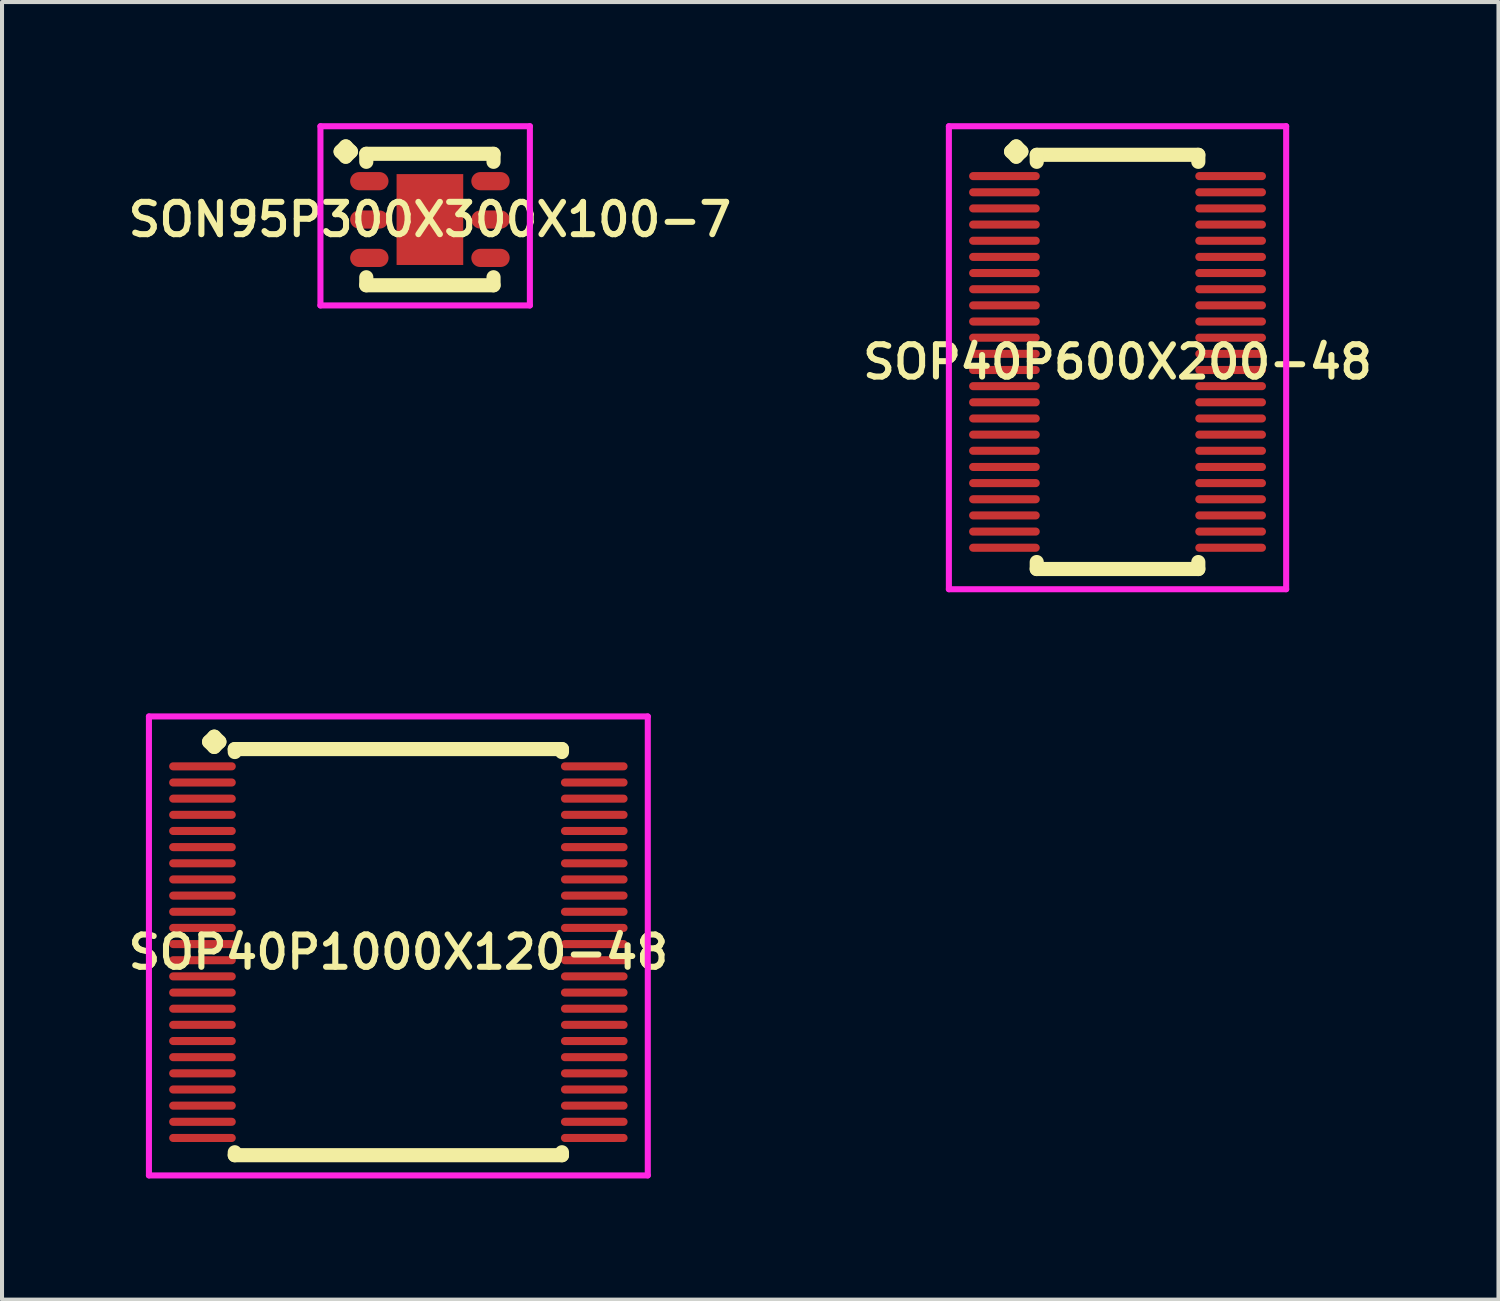
<source format=kicad_pcb>
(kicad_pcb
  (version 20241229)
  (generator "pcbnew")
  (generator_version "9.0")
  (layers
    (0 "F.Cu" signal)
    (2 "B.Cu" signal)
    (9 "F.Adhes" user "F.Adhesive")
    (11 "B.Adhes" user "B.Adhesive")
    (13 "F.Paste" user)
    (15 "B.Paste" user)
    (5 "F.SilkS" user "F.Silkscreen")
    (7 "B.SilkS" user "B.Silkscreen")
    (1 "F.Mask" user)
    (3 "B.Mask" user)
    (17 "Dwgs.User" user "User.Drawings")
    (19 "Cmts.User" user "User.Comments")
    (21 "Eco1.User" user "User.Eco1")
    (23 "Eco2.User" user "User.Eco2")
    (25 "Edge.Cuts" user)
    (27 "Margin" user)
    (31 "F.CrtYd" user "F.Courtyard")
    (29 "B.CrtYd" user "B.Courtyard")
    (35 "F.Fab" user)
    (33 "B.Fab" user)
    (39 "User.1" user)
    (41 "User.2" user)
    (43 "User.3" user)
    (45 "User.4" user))
  (footprint "SOP40P600X200-48"
    (layer "F.Cu")
    (at 24.616 5.91)
    (property "Reference" "SOP40P600X200-48" (at 0 0 0) (layer "F.SilkS") (effects (font (size 0.8 0.8) (thickness 0.15))))
    (attr smd)
    (fp_line (start -2.635 -5.208) (end -2.508 -5.335) (stroke (width 0.35) (type solid)) (layer "F.SilkS"))
    (fp_line (start -2.508 -5.335) (end -2.381 -5.208) (stroke (width 0.35) (type solid)) (layer "F.SilkS"))
    (fp_line (start -2.508 -5.081) (end -2.635 -5.208) (stroke (width 0.35) (type solid)) (layer "F.SilkS"))
    (fp_line (start -2.381 -5.208) (end -2.508 -5.081) (stroke (width 0.35) (type solid)) (layer "F.SilkS"))
    (fp_line (start -2 -5.127) (end 2 -5.127) (stroke (width 0.35) (type solid)) (layer "F.SilkS"))
    (fp_line (start -2 -4.954) (end -2 -5.127) (stroke (width 0.35) (type solid)) (layer "F.SilkS"))
    (fp_line (start -2 4.954) (end -2 5.127) (stroke (width 0.35) (type solid)) (layer "F.SilkS"))
    (fp_line (start -2 5.127) (end 2 5.127) (stroke (width 0.35) (type solid)) (layer "F.SilkS"))
    (fp_line (start 2 -5.127) (end 2 -4.954) (stroke (width 0.35) (type solid)) (layer "F.SilkS"))
    (fp_line (start 2 5.127) (end 2 4.954) (stroke (width 0.35) (type solid)) (layer "F.SilkS"))
    (fp_line (start -4.175 -5.835) (end 4.175 -5.835) (stroke (width 0.15) (type solid)) (layer "F.CrtYd"))
    (fp_line (start -4.175 5.627) (end -4.175 -5.835) (stroke (width 0.15) (type solid)) (layer "F.CrtYd"))
    (fp_line (start 4.175 -5.835) (end 4.175 5.627) (stroke (width 0.15) (type solid)) (layer "F.CrtYd"))
    (fp_line (start 4.175 5.627) (end -4.175 5.627) (stroke (width 0.15) (type solid)) (layer "F.CrtYd"))
    (pad "1" smd oval (at -2.8 -4.6) (size 1.75 0.2) (layers "F.Cu" "F.Mask" "F.Paste"))
    (pad "2" smd oval (at -2.8 -4.2) (size 1.75 0.2) (layers "F.Cu" "F.Mask" "F.Paste"))
    (pad "3" smd oval (at -2.8 -3.8) (size 1.75 0.2) (layers "F.Cu" "F.Mask" "F.Paste"))
    (pad "4" smd oval (at -2.8 -3.4) (size 1.75 0.2) (layers "F.Cu" "F.Mask" "F.Paste"))
    (pad "5" smd oval (at -2.8 -3) (size 1.75 0.2) (layers "F.Cu" "F.Mask" "F.Paste"))
    (pad "6" smd oval (at -2.8 -2.6) (size 1.75 0.2) (layers "F.Cu" "F.Mask" "F.Paste"))
    (pad "7" smd oval (at -2.8 -2.2) (size 1.75 0.2) (layers "F.Cu" "F.Mask" "F.Paste"))
    (pad "8" smd oval (at -2.8 -1.8) (size 1.75 0.2) (layers "F.Cu" "F.Mask" "F.Paste"))
    (pad "9" smd oval (at -2.8 -1.4) (size 1.75 0.2) (layers "F.Cu" "F.Mask" "F.Paste"))
    (pad "10" smd oval (at -2.8 -1) (size 1.75 0.2) (layers "F.Cu" "F.Mask" "F.Paste"))
    (pad "11" smd oval (at -2.8 -0.6) (size 1.75 0.2) (layers "F.Cu" "F.Mask" "F.Paste"))
    (pad "12" smd oval (at -2.8 -0.2) (size 1.75 0.2) (layers "F.Cu" "F.Mask" "F.Paste"))
    (pad "13" smd oval (at -2.8 0.2) (size 1.75 0.2) (layers "F.Cu" "F.Mask" "F.Paste"))
    (pad "14" smd oval (at -2.8 0.6) (size 1.75 0.2) (layers "F.Cu" "F.Mask" "F.Paste"))
    (pad "15" smd oval (at -2.8 1) (size 1.75 0.2) (layers "F.Cu" "F.Mask" "F.Paste"))
    (pad "16" smd oval (at -2.8 1.4) (size 1.75 0.2) (layers "F.Cu" "F.Mask" "F.Paste"))
    (pad "17" smd oval (at -2.8 1.8) (size 1.75 0.2) (layers "F.Cu" "F.Mask" "F.Paste"))
    (pad "18" smd oval (at -2.8 2.2) (size 1.75 0.2) (layers "F.Cu" "F.Mask" "F.Paste"))
    (pad "19" smd oval (at -2.8 2.6) (size 1.75 0.2) (layers "F.Cu" "F.Mask" "F.Paste"))
    (pad "20" smd oval (at -2.8 3) (size 1.75 0.2) (layers "F.Cu" "F.Mask" "F.Paste"))
    (pad "21" smd oval (at -2.8 3.4) (size 1.75 0.2) (layers "F.Cu" "F.Mask" "F.Paste"))
    (pad "22" smd oval (at -2.8 3.8) (size 1.75 0.2) (layers "F.Cu" "F.Mask" "F.Paste"))
    (pad "23" smd oval (at -2.8 4.2) (size 1.75 0.2) (layers "F.Cu" "F.Mask" "F.Paste"))
    (pad "24" smd oval (at -2.8 4.6) (size 1.75 0.2) (layers "F.Cu" "F.Mask" "F.Paste"))
    (pad "25" smd oval (at 2.8 4.6) (size 1.75 0.2) (layers "F.Cu" "F.Mask" "F.Paste"))
    (pad "26" smd oval (at 2.8 4.2) (size 1.75 0.2) (layers "F.Cu" "F.Mask" "F.Paste"))
    (pad "27" smd oval (at 2.8 3.8) (size 1.75 0.2) (layers "F.Cu" "F.Mask" "F.Paste"))
    (pad "28" smd oval (at 2.8 3.4) (size 1.75 0.2) (layers "F.Cu" "F.Mask" "F.Paste"))
    (pad "29" smd oval (at 2.8 3) (size 1.75 0.2) (layers "F.Cu" "F.Mask" "F.Paste"))
    (pad "30" smd oval (at 2.8 2.6) (size 1.75 0.2) (layers "F.Cu" "F.Mask" "F.Paste"))
    (pad "31" smd oval (at 2.8 2.2) (size 1.75 0.2) (layers "F.Cu" "F.Mask" "F.Paste"))
    (pad "32" smd oval (at 2.8 1.8) (size 1.75 0.2) (layers "F.Cu" "F.Mask" "F.Paste"))
    (pad "33" smd oval (at 2.8 1.4) (size 1.75 0.2) (layers "F.Cu" "F.Mask" "F.Paste"))
    (pad "34" smd oval (at 2.8 1) (size 1.75 0.2) (layers "F.Cu" "F.Mask" "F.Paste"))
    (pad "35" smd oval (at 2.8 0.6) (size 1.75 0.2) (layers "F.Cu" "F.Mask" "F.Paste"))
    (pad "36" smd oval (at 2.8 0.2) (size 1.75 0.2) (layers "F.Cu" "F.Mask" "F.Paste"))
    (pad "37" smd oval (at 2.8 -0.2) (size 1.75 0.2) (layers "F.Cu" "F.Mask" "F.Paste"))
    (pad "38" smd oval (at 2.8 -0.6) (size 1.75 0.2) (layers "F.Cu" "F.Mask" "F.Paste"))
    (pad "39" smd oval (at 2.8 -1) (size 1.75 0.2) (layers "F.Cu" "F.Mask" "F.Paste"))
    (pad "40" smd oval (at 2.8 -1.4) (size 1.75 0.2) (layers "F.Cu" "F.Mask" "F.Paste"))
    (pad "41" smd oval (at 2.8 -1.8) (size 1.75 0.2) (layers "F.Cu" "F.Mask" "F.Paste"))
    (pad "42" smd oval (at 2.8 -2.2) (size 1.75 0.2) (layers "F.Cu" "F.Mask" "F.Paste"))
    (pad "43" smd oval (at 2.8 -2.6) (size 1.75 0.2) (layers "F.Cu" "F.Mask" "F.Paste"))
    (pad "44" smd oval (at 2.8 -3) (size 1.75 0.2) (layers "F.Cu" "F.Mask" "F.Paste"))
    (pad "45" smd oval (at 2.8 -3.4) (size 1.75 0.2) (layers "F.Cu" "F.Mask" "F.Paste"))
    (pad "46" smd oval (at 2.8 -3.8) (size 1.75 0.2) (layers "F.Cu" "F.Mask" "F.Paste"))
    (pad "47" smd oval (at 2.8 -4.2) (size 1.75 0.2) (layers "F.Cu" "F.Mask" "F.Paste"))
    (pad "48" smd oval (at 2.8 -4.6) (size 1.75 0.2) (layers "F.Cu" "F.Mask" "F.Paste")))
  (footprint "SON95P300X300X100-7"
    (layer "F.Cu")
    (at 7.593 2.385)
    (property "Reference" "SON95P300X300X100-7" (at 0 0 0) (layer "F.SilkS") (effects (font (size 0.8 0.8) (thickness 0.15))))
    (attr smd)
    (fp_line (start -2.21 -1.683) (end -2.083 -1.81) (stroke (width 0.35) (type solid)) (layer "F.SilkS"))
    (fp_line (start -2.083 -1.81) (end -1.956 -1.683) (stroke (width 0.35) (type solid)) (layer "F.SilkS"))
    (fp_line (start -2.083 -1.556) (end -2.21 -1.683) (stroke (width 0.35) (type solid)) (layer "F.SilkS"))
    (fp_line (start -1.956 -1.683) (end -2.083 -1.556) (stroke (width 0.35) (type solid)) (layer "F.SilkS"))
    (fp_line (start -1.575 -1.627) (end 1.575 -1.627) (stroke (width 0.35) (type solid)) (layer "F.SilkS"))
    (fp_line (start -1.575 -1.429) (end -1.575 -1.627) (stroke (width 0.35) (type solid)) (layer "F.SilkS"))
    (fp_line (start -1.575 1.429) (end -1.575 1.627) (stroke (width 0.35) (type solid)) (layer "F.SilkS"))
    (fp_line (start -1.575 1.627) (end 1.575 1.627) (stroke (width 0.35) (type solid)) (layer "F.SilkS"))
    (fp_line (start 1.575 -1.627) (end 1.575 -1.429) (stroke (width 0.35) (type solid)) (layer "F.SilkS"))
    (fp_line (start 1.575 1.627) (end 1.575 1.429) (stroke (width 0.35) (type solid)) (layer "F.SilkS"))
    (fp_line (start -2.71 -2.31) (end 2.475 -2.31) (stroke (width 0.15) (type solid)) (layer "F.CrtYd"))
    (fp_line (start -2.71 2.127) (end -2.71 -2.31) (stroke (width 0.15) (type solid)) (layer "F.CrtYd"))
    (fp_line (start 2.475 -2.31) (end 2.475 2.127) (stroke (width 0.15) (type solid)) (layer "F.CrtYd"))
    (fp_line (start 2.475 2.127) (end -2.71 2.127) (stroke (width 0.15) (type solid)) (layer "F.CrtYd"))
    (pad "1" smd oval (at -1.5 -0.95) (size 0.95 0.45) (layers "F.Cu" "F.Mask" "F.Paste"))
    (pad "2" smd oval (at -1.5 0) (size 0.95 0.45) (layers "F.Cu" "F.Mask" "F.Paste"))
    (pad "3" smd oval (at -1.5 0.95) (size 0.95 0.45) (layers "F.Cu" "F.Mask" "F.Paste"))
    (pad "4" smd oval (at 1.5 0.95) (size 0.95 0.45) (layers "F.Cu" "F.Mask" "F.Paste"))
    (pad "5" smd oval (at 1.5 0) (size 0.95 0.45) (layers "F.Cu" "F.Mask" "F.Paste"))
    (pad "6" smd oval (at 1.5 -0.95) (size 0.95 0.45) (layers "F.Cu" "F.Mask" "F.Paste"))
    (pad "7" smd rect (at 0 0) (size 1.65 2.25) (layers "F.Cu" "F.Mask" "F.Paste")))
  (footprint "SOP40P1000X120-48"
    (layer "F.Cu")
    (at 6.812 20.522)
    (property "Reference" "SOP40P1000X120-48" (at 0 0 0) (layer "F.SilkS") (effects (font (size 0.8 0.8) (thickness 0.15))))
    (attr smd)
    (fp_line (start -4.685 -5.208) (end -4.558 -5.335) (stroke (width 0.35) (type solid)) (layer "F.SilkS"))
    (fp_line (start -4.558 -5.335) (end -4.431 -5.208) (stroke (width 0.35) (type solid)) (layer "F.SilkS"))
    (fp_line (start -4.558 -5.081) (end -4.685 -5.208) (stroke (width 0.35) (type solid)) (layer "F.SilkS"))
    (fp_line (start -4.431 -5.208) (end -4.558 -5.081) (stroke (width 0.35) (type solid)) (layer "F.SilkS"))
    (fp_line (start -4.05 -5.027) (end 4.05 -5.027) (stroke (width 0.35) (type solid)) (layer "F.SilkS"))
    (fp_line (start -4.05 -4.954) (end -4.05 -5.027) (stroke (width 0.35) (type solid)) (layer "F.SilkS"))
    (fp_line (start -4.05 4.954) (end -4.05 5.027) (stroke (width 0.35) (type solid)) (layer "F.SilkS"))
    (fp_line (start -4.05 5.027) (end 4.05 5.027) (stroke (width 0.35) (type solid)) (layer "F.SilkS"))
    (fp_line (start 4.05 -5.027) (end 4.05 -4.954) (stroke (width 0.35) (type solid)) (layer "F.SilkS"))
    (fp_line (start 4.05 5.027) (end 4.05 4.954) (stroke (width 0.35) (type solid)) (layer "F.SilkS"))
    (fp_line (start -6.175 -5.835) (end 6.175 -5.835) (stroke (width 0.15) (type solid)) (layer "F.CrtYd"))
    (fp_line (start -6.175 5.527) (end -6.175 -5.835) (stroke (width 0.15) (type solid)) (layer "F.CrtYd"))
    (fp_line (start 6.175 -5.835) (end 6.175 5.527) (stroke (width 0.15) (type solid)) (layer "F.CrtYd"))
    (fp_line (start 6.175 5.527) (end -6.175 5.527) (stroke (width 0.15) (type solid)) (layer "F.CrtYd"))
    (pad "1" smd oval (at -4.85 -4.6) (size 1.65 0.2) (layers "F.Cu" "F.Mask" "F.Paste"))
    (pad "2" smd oval (at -4.85 -4.2) (size 1.65 0.2) (layers "F.Cu" "F.Mask" "F.Paste"))
    (pad "3" smd oval (at -4.85 -3.8) (size 1.65 0.2) (layers "F.Cu" "F.Mask" "F.Paste"))
    (pad "4" smd oval (at -4.85 -3.4) (size 1.65 0.2) (layers "F.Cu" "F.Mask" "F.Paste"))
    (pad "5" smd oval (at -4.85 -3) (size 1.65 0.2) (layers "F.Cu" "F.Mask" "F.Paste"))
    (pad "6" smd oval (at -4.85 -2.6) (size 1.65 0.2) (layers "F.Cu" "F.Mask" "F.Paste"))
    (pad "7" smd oval (at -4.85 -2.2) (size 1.65 0.2) (layers "F.Cu" "F.Mask" "F.Paste"))
    (pad "8" smd oval (at -4.85 -1.8) (size 1.65 0.2) (layers "F.Cu" "F.Mask" "F.Paste"))
    (pad "9" smd oval (at -4.85 -1.4) (size 1.65 0.2) (layers "F.Cu" "F.Mask" "F.Paste"))
    (pad "10" smd oval (at -4.85 -1) (size 1.65 0.2) (layers "F.Cu" "F.Mask" "F.Paste"))
    (pad "11" smd oval (at -4.85 -0.6) (size 1.65 0.2) (layers "F.Cu" "F.Mask" "F.Paste"))
    (pad "12" smd oval (at -4.85 -0.2) (size 1.65 0.2) (layers "F.Cu" "F.Mask" "F.Paste"))
    (pad "13" smd oval (at -4.85 0.2) (size 1.65 0.2) (layers "F.Cu" "F.Mask" "F.Paste"))
    (pad "14" smd oval (at -4.85 0.6) (size 1.65 0.2) (layers "F.Cu" "F.Mask" "F.Paste"))
    (pad "15" smd oval (at -4.85 1) (size 1.65 0.2) (layers "F.Cu" "F.Mask" "F.Paste"))
    (pad "16" smd oval (at -4.85 1.4) (size 1.65 0.2) (layers "F.Cu" "F.Mask" "F.Paste"))
    (pad "17" smd oval (at -4.85 1.8) (size 1.65 0.2) (layers "F.Cu" "F.Mask" "F.Paste"))
    (pad "18" smd oval (at -4.85 2.2) (size 1.65 0.2) (layers "F.Cu" "F.Mask" "F.Paste"))
    (pad "19" smd oval (at -4.85 2.6) (size 1.65 0.2) (layers "F.Cu" "F.Mask" "F.Paste"))
    (pad "20" smd oval (at -4.85 3) (size 1.65 0.2) (layers "F.Cu" "F.Mask" "F.Paste"))
    (pad "21" smd oval (at -4.85 3.4) (size 1.65 0.2) (layers "F.Cu" "F.Mask" "F.Paste"))
    (pad "22" smd oval (at -4.85 3.8) (size 1.65 0.2) (layers "F.Cu" "F.Mask" "F.Paste"))
    (pad "23" smd oval (at -4.85 4.2) (size 1.65 0.2) (layers "F.Cu" "F.Mask" "F.Paste"))
    (pad "24" smd oval (at -4.85 4.6) (size 1.65 0.2) (layers "F.Cu" "F.Mask" "F.Paste"))
    (pad "25" smd oval (at 4.85 4.6) (size 1.65 0.2) (layers "F.Cu" "F.Mask" "F.Paste"))
    (pad "26" smd oval (at 4.85 4.2) (size 1.65 0.2) (layers "F.Cu" "F.Mask" "F.Paste"))
    (pad "27" smd oval (at 4.85 3.8) (size 1.65 0.2) (layers "F.Cu" "F.Mask" "F.Paste"))
    (pad "28" smd oval (at 4.85 3.4) (size 1.65 0.2) (layers "F.Cu" "F.Mask" "F.Paste"))
    (pad "29" smd oval (at 4.85 3) (size 1.65 0.2) (layers "F.Cu" "F.Mask" "F.Paste"))
    (pad "30" smd oval (at 4.85 2.6) (size 1.65 0.2) (layers "F.Cu" "F.Mask" "F.Paste"))
    (pad "31" smd oval (at 4.85 2.2) (size 1.65 0.2) (layers "F.Cu" "F.Mask" "F.Paste"))
    (pad "32" smd oval (at 4.85 1.8) (size 1.65 0.2) (layers "F.Cu" "F.Mask" "F.Paste"))
    (pad "33" smd oval (at 4.85 1.4) (size 1.65 0.2) (layers "F.Cu" "F.Mask" "F.Paste"))
    (pad "34" smd oval (at 4.85 1) (size 1.65 0.2) (layers "F.Cu" "F.Mask" "F.Paste"))
    (pad "35" smd oval (at 4.85 0.6) (size 1.65 0.2) (layers "F.Cu" "F.Mask" "F.Paste"))
    (pad "36" smd oval (at 4.85 0.2) (size 1.65 0.2) (layers "F.Cu" "F.Mask" "F.Paste"))
    (pad "37" smd oval (at 4.85 -0.2) (size 1.65 0.2) (layers "F.Cu" "F.Mask" "F.Paste"))
    (pad "38" smd oval (at 4.85 -0.6) (size 1.65 0.2) (layers "F.Cu" "F.Mask" "F.Paste"))
    (pad "39" smd oval (at 4.85 -1) (size 1.65 0.2) (layers "F.Cu" "F.Mask" "F.Paste"))
    (pad "40" smd oval (at 4.85 -1.4) (size 1.65 0.2) (layers "F.Cu" "F.Mask" "F.Paste"))
    (pad "41" smd oval (at 4.85 -1.8) (size 1.65 0.2) (layers "F.Cu" "F.Mask" "F.Paste"))
    (pad "42" smd oval (at 4.85 -2.2) (size 1.65 0.2) (layers "F.Cu" "F.Mask" "F.Paste"))
    (pad "43" smd oval (at 4.85 -2.6) (size 1.65 0.2) (layers "F.Cu" "F.Mask" "F.Paste"))
    (pad "44" smd oval (at 4.85 -3) (size 1.65 0.2) (layers "F.Cu" "F.Mask" "F.Paste"))
    (pad "45" smd oval (at 4.85 -3.4) (size 1.65 0.2) (layers "F.Cu" "F.Mask" "F.Paste"))
    (pad "46" smd oval (at 4.85 -3.8) (size 1.65 0.2) (layers "F.Cu" "F.Mask" "F.Paste"))
    (pad "47" smd oval (at 4.85 -4.2) (size 1.65 0.2) (layers "F.Cu" "F.Mask" "F.Paste"))
    (pad "48" smd oval (at 4.85 -4.6) (size 1.65 0.2) (layers "F.Cu" "F.Mask" "F.Paste")))
  (gr_rect
    (start -3 -3)
    (end 34.047 29.124)
    (stroke (width 0.1) (type default))
    (fill no)
    (layer "Edge.Cuts")))
</source>
